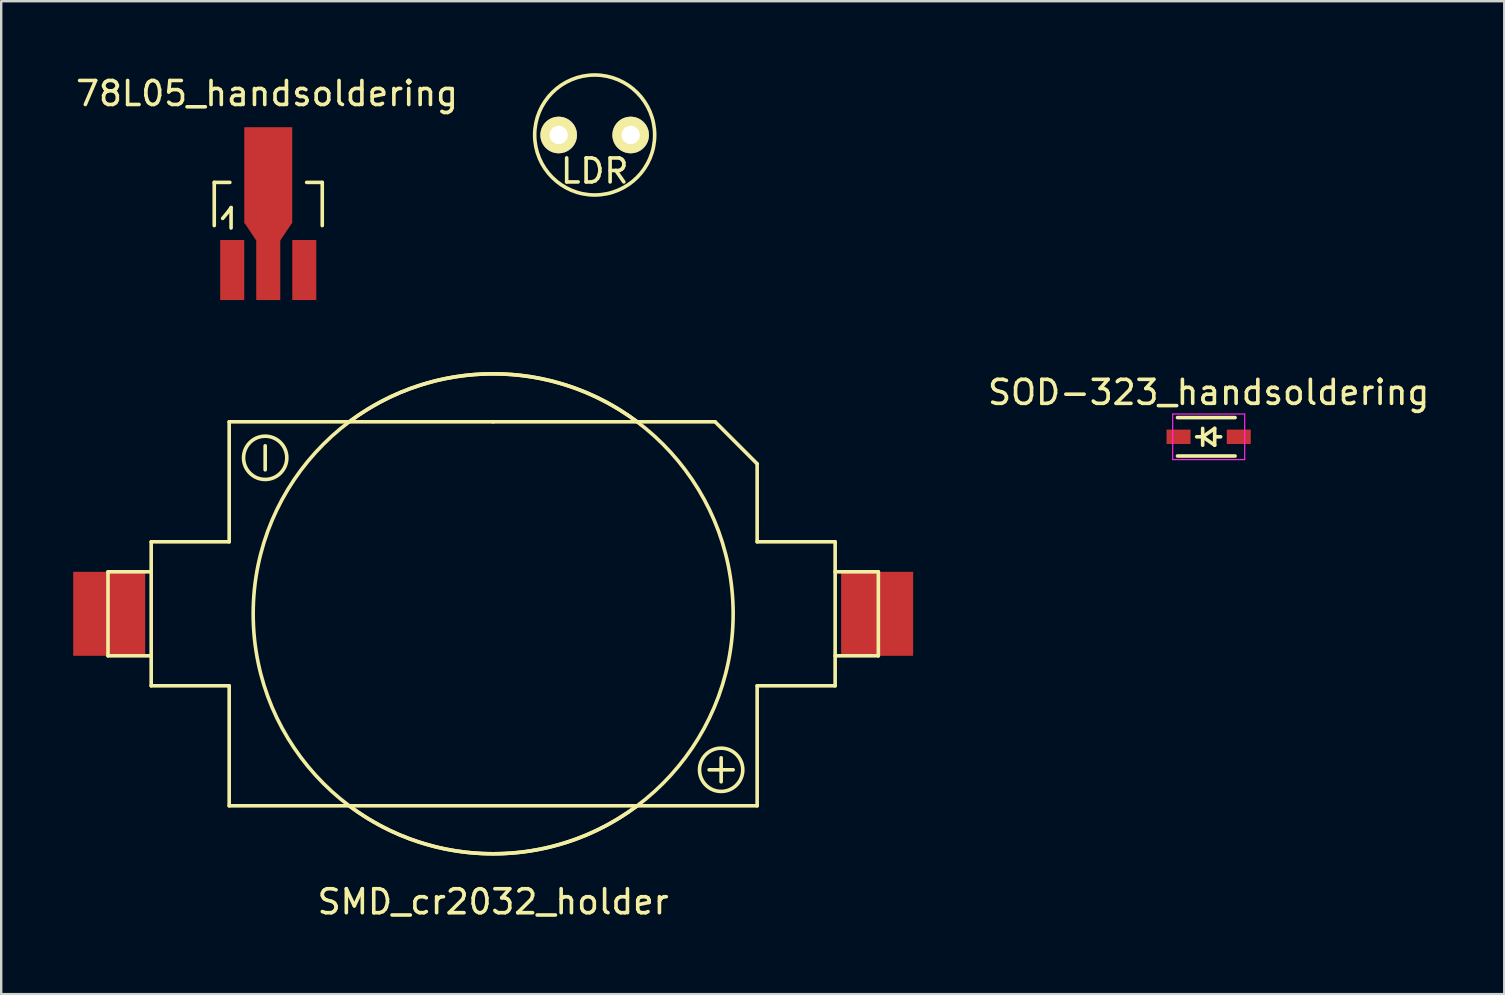
<source format=kicad_pcb>
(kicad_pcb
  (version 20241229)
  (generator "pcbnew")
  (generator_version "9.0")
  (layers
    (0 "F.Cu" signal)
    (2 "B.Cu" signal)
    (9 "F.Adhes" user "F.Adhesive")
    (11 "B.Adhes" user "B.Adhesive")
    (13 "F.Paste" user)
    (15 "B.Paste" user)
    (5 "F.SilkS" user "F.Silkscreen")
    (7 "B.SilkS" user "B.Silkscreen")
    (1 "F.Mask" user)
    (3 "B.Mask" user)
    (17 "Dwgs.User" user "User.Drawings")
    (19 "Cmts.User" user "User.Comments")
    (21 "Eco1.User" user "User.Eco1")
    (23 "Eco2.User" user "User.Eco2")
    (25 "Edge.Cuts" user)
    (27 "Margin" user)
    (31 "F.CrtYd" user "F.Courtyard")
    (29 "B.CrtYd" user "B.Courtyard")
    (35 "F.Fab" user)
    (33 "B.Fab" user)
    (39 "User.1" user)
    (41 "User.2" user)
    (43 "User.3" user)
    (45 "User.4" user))
  (footprint "SOD-323_handsoldering"
    (layer "F.Cu")
    (at 47.315 15.151)
    (property "Reference" "SOD-323_handsoldering" (at 0 -1.85 0) (layer "F.SilkS") (effects (font (size 1 1) (thickness 0.15))))
    (attr smd)
    (fp_line (start -1.3 -0.8) (end 1.1 -0.8) (stroke (width 0.15) (type solid)) (layer "F.SilkS"))
    (fp_line (start -1.3 0.8) (end 1.1 0.8) (stroke (width 0.15) (type solid)) (layer "F.SilkS"))
    (fp_line (start -0.25 -0.35) (end -0.25 0.35) (stroke (width 0.15) (type solid)) (layer "F.SilkS"))
    (fp_line (start -0.25 0) (end -0.5 0) (stroke (width 0.15) (type solid)) (layer "F.SilkS"))
    (fp_line (start -0.25 0) (end 0.25 -0.35) (stroke (width 0.15) (type solid)) (layer "F.SilkS"))
    (fp_line (start 0.25 -0.35) (end 0.25 0.35) (stroke (width 0.15) (type solid)) (layer "F.SilkS"))
    (fp_line (start 0.25 0) (end 0.5 0) (stroke (width 0.15) (type solid)) (layer "F.SilkS"))
    (fp_line (start 0.25 0.35) (end -0.25 0) (stroke (width 0.15) (type solid)) (layer "F.SilkS"))
    (fp_line (start -1.5 -0.95) (end -1.5 0.95) (stroke (width 0.05) (type solid)) (layer "F.CrtYd"))
    (fp_line (start -1.5 -0.95) (end 1.5 -0.95) (stroke (width 0.05) (type solid)) (layer "F.CrtYd"))
    (fp_line (start -1.5 0.95) (end 1.5 0.95) (stroke (width 0.05) (type solid)) (layer "F.CrtYd"))
    (fp_line (start 1.5 -0.95) (end 1.5 0.95) (stroke (width 0.05) (type solid)) (layer "F.CrtYd"))
    (pad "1" smd rect (at -1.255 0) (size 1 0.6) (layers "F.Cu" "F.Mask" "F.Paste"))
    (pad "2" smd rect (at 1.255 0) (size 1 0.6) (layers "F.Cu" "F.Mask" "F.Paste")))
  (footprint "78L05_handsoldering"
    (layer "F.Cu")
    (at 8.128 5.85)
    (property "Reference" "78L05_handsoldering" (at -0.051 -5.001 0) (layer "F.SilkS") (effects (font (size 1 1) (thickness 0.15))))
    (attr smd)
    (fp_line (start -2.25 -1.3) (end -2.25 0.5) (stroke (width 0.15) (type solid)) (layer "F.SilkS"))
    (fp_line (start -2.25 -1.3) (end -1.6 -1.3) (stroke (width 0.15) (type solid)) (layer "F.SilkS"))
    (fp_line (start -1.9 0.201) (end -1.651 -0.099) (stroke (width 0.15) (type solid)) (layer "F.SilkS"))
    (fp_line (start -1.651 -0.099) (end -1.549 -0.249) (stroke (width 0.15) (type solid)) (layer "F.SilkS"))
    (fp_line (start -1.549 -0.249) (end -1.549 0.599) (stroke (width 0.15) (type solid)) (layer "F.SilkS"))
    (fp_line (start 2.25 -1.3) (end 1.6 -1.3) (stroke (width 0.15) (type solid)) (layer "F.SilkS"))
    (fp_line (start 2.25 -1.3) (end 2.25 0.5) (stroke (width 0.15) (type solid)) (layer "F.SilkS"))
    (pad "GND" smd rect (at 0 -1.6) (size 1.999 4) (layers "F.Cu" "F.Mask" "F.Paste"))
    (pad "GND" smd trapezoid (at 0 0.749 180) (size 1.501 0.749) (rect_delta 0 0.5) (layers "F.Cu" "F.Mask" "F.Paste"))
    (pad "GND" smd rect (at 0 2.352) (size 1.001 2.502) (layers "F.Cu" "F.Mask" "F.Paste"))
    (pad "VI" smd rect (at -1.501 2.352) (size 1.001 2.502) (layers "F.Cu" "F.Mask" "F.Paste"))
    (pad "VO" smd rect (at 1.501 2.352) (size 1.001 2.502) (layers "F.Cu" "F.Mask" "F.Paste")))
  (footprint "LDR"
    (layer "F.Cu")
    (at 21.73 2.575)
    (property "Reference" "LDR" (at 0 1.5 0) (layer "F.SilkS") (effects (font (size 1 1) (thickness 0.15))))
    (attr through_hole)
    (fp_circle (center 0 0) (end 2.5 0) (stroke (width 0.15) (type solid)) (fill no) (layer "F.SilkS"))
    (pad "1" thru_hole circle (at -1.5 0) (size 1.524 1.524) (drill 0.762) (layers "*.Cu" "*.Mask" "F.SilkS"))
    (pad "2" thru_hole circle (at 1.5 0) (size 1.524 1.524) (drill 0.762) (layers "*.Cu" "*.Mask" "F.SilkS")))
  (footprint "SMD_cr2032_holder"
    (layer "F.Cu")
    (at 17.5 22.527)
    (property "Reference" "SMD_cr2032_holder" (at 0 12 0) (layer "F.SilkS") (effects (font (size 1 1) (thickness 0.15))))
    (attr through_hole)
    (fp_line (start -16.05 -1.75) (end -14.25 -1.75) (stroke (width 0.15) (type solid)) (layer "F.SilkS"))
    (fp_line (start -16.05 1.75) (end -16.05 -1.75) (stroke (width 0.15) (type solid)) (layer "F.SilkS"))
    (fp_line (start -14.25 -3) (end -11 -3) (stroke (width 0.15) (type solid)) (layer "F.SilkS"))
    (fp_line (start -14.25 1.75) (end -16.05 1.75) (stroke (width 0.15) (type solid)) (layer "F.SilkS"))
    (fp_line (start -14.25 3) (end -14.25 -3) (stroke (width 0.15) (type solid)) (layer "F.SilkS"))
    (fp_line (start -11 -8) (end -11 -3) (stroke (width 0.15) (type solid)) (layer "F.SilkS"))
    (fp_line (start -11 -8) (end 0 -8) (stroke (width 0.15) (type solid)) (layer "F.SilkS"))
    (fp_line (start -11 3) (end -14.25 3) (stroke (width 0.15) (type solid)) (layer "F.SilkS"))
    (fp_line (start -11 3) (end -11 8) (stroke (width 0.15) (type solid)) (layer "F.SilkS"))
    (fp_line (start -11 8) (end 11 8) (stroke (width 0.15) (type solid)) (layer "F.SilkS"))
    (fp_line (start -9.5 -7) (end -9.5 -6) (stroke (width 0.15) (type solid)) (layer "F.SilkS"))
    (fp_line (start 0 -8) (end 9.25 -8) (stroke (width 0.15) (type solid)) (layer "F.SilkS"))
    (fp_line (start 9 6.5) (end 10 6.5) (stroke (width 0.15) (type solid)) (layer "F.SilkS"))
    (fp_line (start 9.25 -8) (end 11 -6.25) (stroke (width 0.15) (type solid)) (layer "F.SilkS"))
    (fp_line (start 9.5 6) (end 9.5 7) (stroke (width 0.15) (type solid)) (layer "F.SilkS"))
    (fp_line (start 11 -6.25) (end 11 -3) (stroke (width 0.15) (type solid)) (layer "F.SilkS"))
    (fp_line (start 11 -3) (end 14.25 -3) (stroke (width 0.15) (type solid)) (layer "F.SilkS"))
    (fp_line (start 11 3) (end 11 8) (stroke (width 0.15) (type solid)) (layer "F.SilkS"))
    (fp_line (start 14.25 -3) (end 14.25 3) (stroke (width 0.15) (type solid)) (layer "F.SilkS"))
    (fp_line (start 14.25 -1.75) (end 16.05 -1.75) (stroke (width 0.15) (type solid)) (layer "F.SilkS"))
    (fp_line (start 14.25 3) (end 11 3) (stroke (width 0.15) (type solid)) (layer "F.SilkS"))
    (fp_line (start 16.05 -1.75) (end 16.05 1.75) (stroke (width 0.15) (type solid)) (layer "F.SilkS"))
    (fp_line (start 16.05 1.75) (end 14.25 1.75) (stroke (width 0.15) (type solid)) (layer "F.SilkS"))
    (fp_arc (start -6 -8) (mid 0 -10) (end 6 -8) (stroke (width 0.15) (type solid)) (layer "F.SilkS"))
    (fp_arc (start 6 8) (mid 0 10) (end -6 8) (stroke (width 0.15) (type solid)) (layer "F.SilkS"))
    (fp_circle (center -9.5 -6.5) (end -9 -5.75) (stroke (width 0.15) (type solid)) (fill no) (layer "F.SilkS"))
    (fp_circle (center 0 0) (end 10 0) (stroke (width 0.15) (type solid)) (fill no) (layer "F.SilkS"))
    (fp_circle (center 9.5 6.5) (end 10 7.25) (stroke (width 0.15) (type solid)) (fill no) (layer "F.SilkS"))
    (pad "1" smd rect (at 16 0 180) (size 3 3.5) (layers "F.Cu" "F.Mask" "F.Paste"))
    (pad "2" smd rect (at -16 0) (size 3 3.5) (layers "F.Cu" "F.Mask" "F.Paste")))
  (gr_rect
    (start -3 -3)
    (end 59.631 38.376)
    (stroke (width 0.1) (type default))
    (fill no)
    (layer "Edge.Cuts")))
</source>
